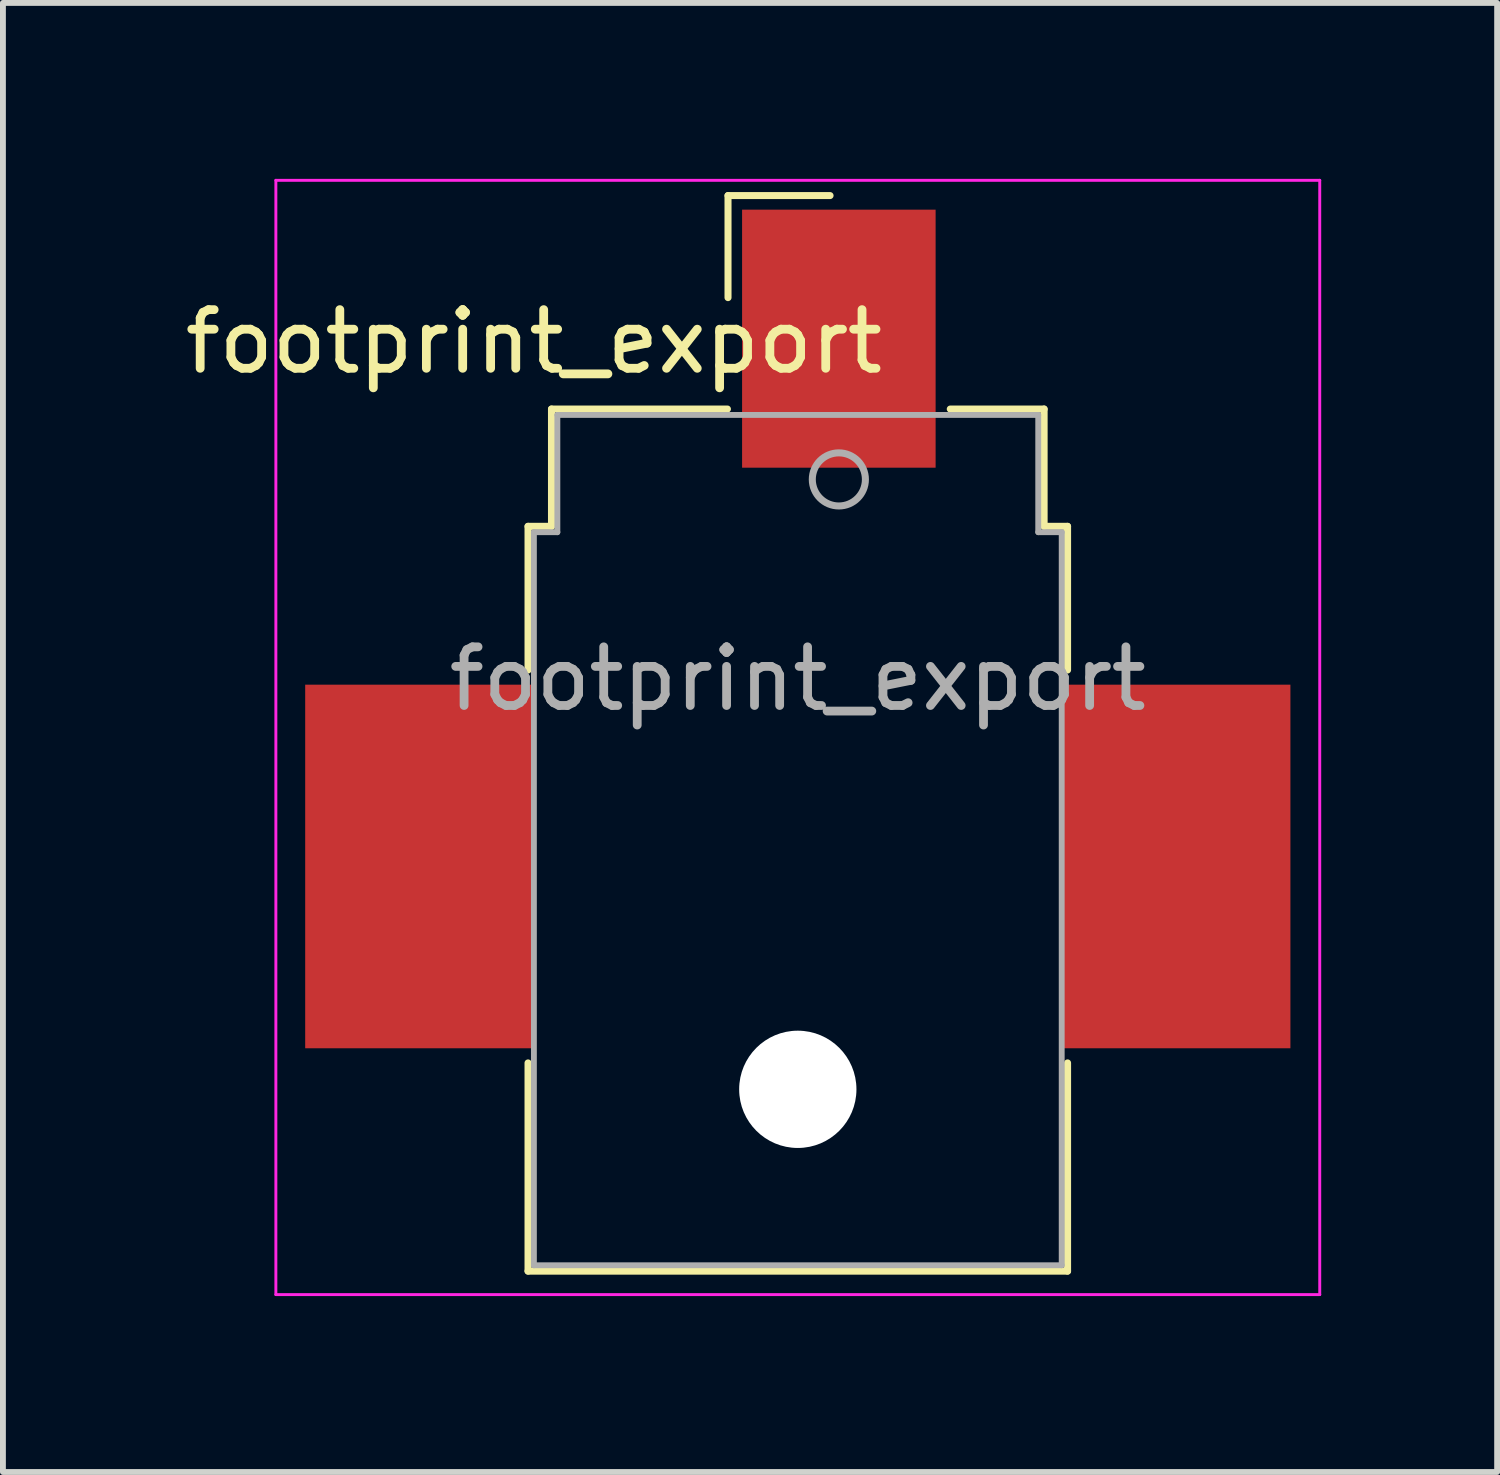
<source format=kicad_pcb>
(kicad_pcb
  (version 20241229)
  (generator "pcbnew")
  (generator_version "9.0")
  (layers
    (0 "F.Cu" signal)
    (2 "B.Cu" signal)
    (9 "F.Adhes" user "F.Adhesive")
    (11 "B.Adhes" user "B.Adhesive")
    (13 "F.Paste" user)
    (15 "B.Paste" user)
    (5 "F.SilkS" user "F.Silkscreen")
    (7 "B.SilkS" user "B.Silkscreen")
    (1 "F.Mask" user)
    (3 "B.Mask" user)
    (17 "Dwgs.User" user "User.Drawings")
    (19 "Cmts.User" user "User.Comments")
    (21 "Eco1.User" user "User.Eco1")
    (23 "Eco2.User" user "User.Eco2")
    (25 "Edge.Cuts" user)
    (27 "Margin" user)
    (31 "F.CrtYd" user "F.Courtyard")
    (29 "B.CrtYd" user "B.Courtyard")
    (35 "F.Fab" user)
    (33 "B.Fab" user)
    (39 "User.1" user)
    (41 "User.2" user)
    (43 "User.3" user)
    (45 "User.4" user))
  (footprint "footprint_export"
    (layer "F.Cu")
    (at 10.554 8.525)
    (property "Reference" "footprint_export" (at -4.5 -5.75 0) (layer "F.SilkS") (effects (font (size 1 1) (thickness 0.15))))
    (attr smd)
    (fp_line (start -4.6 -2.6) (end -4.2 -2.6) (stroke (width 0.12) (type solid)) (layer "F.SilkS"))
    (fp_line (start -4.6 -0.15) (end -4.6 -2.6) (stroke (width 0.12) (type solid)) (layer "F.SilkS"))
    (fp_line (start -4.6 10.1) (end -4.6 6.55) (stroke (width 0.12) (type solid)) (layer "F.SilkS"))
    (fp_line (start -4.2 -4.6) (end -1.2 -4.6) (stroke (width 0.12) (type solid)) (layer "F.SilkS"))
    (fp_line (start -4.2 -2.6) (end -4.2 -4.6) (stroke (width 0.12) (type solid)) (layer "F.SilkS"))
    (fp_line (start -1.19 -8.24) (end 0.55 -8.24) (stroke (width 0.12) (type solid)) (layer "F.SilkS"))
    (fp_line (start -1.19 -6.5) (end -1.19 -8.24) (stroke (width 0.12) (type solid)) (layer "F.SilkS"))
    (fp_line (start 2.6 -4.6) (end 4.2 -4.6) (stroke (width 0.12) (type solid)) (layer "F.SilkS"))
    (fp_line (start 4.2 -4.6) (end 4.2 -2.6) (stroke (width 0.12) (type solid)) (layer "F.SilkS"))
    (fp_line (start 4.2 -2.6) (end 4.6 -2.6) (stroke (width 0.12) (type solid)) (layer "F.SilkS"))
    (fp_line (start 4.6 -2.6) (end 4.6 -0.15) (stroke (width 0.12) (type solid)) (layer "F.SilkS"))
    (fp_line (start 4.6 6.55) (end 4.6 10.1) (stroke (width 0.12) (type solid)) (layer "F.SilkS"))
    (fp_line (start 4.6 10.1) (end -4.6 10.1) (stroke (width 0.12) (type solid)) (layer "F.SilkS"))
    (fp_line (start -8.9 -8.5) (end -8.9 10.5) (stroke (width 0.05) (type solid)) (layer "F.CrtYd"))
    (fp_line (start -8.9 10.5) (end 8.9 10.5) (stroke (width 0.05) (type solid)) (layer "F.CrtYd"))
    (fp_line (start 8.9 -8.5) (end -8.9 -8.5) (stroke (width 0.05) (type solid)) (layer "F.CrtYd"))
    (fp_line (start 8.9 10.5) (end 8.9 -8.5) (stroke (width 0.05) (type solid)) (layer "F.CrtYd"))
    (fp_line (start -4.5 -2.5) (end -4.5 10) (stroke (width 0.1) (type solid)) (layer "F.Fab"))
    (fp_line (start -4.5 10) (end 4.5 10) (stroke (width 0.1) (type solid)) (layer "F.Fab"))
    (fp_line (start -4.1 -4.5) (end -4.1 -2.5) (stroke (width 0.1) (type solid)) (layer "F.Fab"))
    (fp_line (start -4.1 -2.5) (end -4.5 -2.5) (stroke (width 0.1) (type solid)) (layer "F.Fab"))
    (fp_line (start 4.1 -4.5) (end -4.1 -4.5) (stroke (width 0.1) (type solid)) (layer "F.Fab"))
    (fp_line (start 4.1 -2.5) (end 4.1 -4.5) (stroke (width 0.1) (type solid)) (layer "F.Fab"))
    (fp_line (start 4.5 -2.5) (end 4.1 -2.5) (stroke (width 0.1) (type solid)) (layer "F.Fab"))
    (fp_line (start 4.5 10) (end 4.5 -2.5) (stroke (width 0.1) (type solid)) (layer "F.Fab"))
    (fp_circle (center 0.7 -3.4) (end 0.75 -2.95) (stroke (width 0.12) (type solid)) (fill no) (layer "F.Fab"))
    (fp_text user "${REFERENCE}" (at 0 0 0) (layer "F.Fab") (effects (font (size 1 1) (thickness 0.15))))
    (pad "" np_thru_hole circle (at 0 7) (size 2 2) (drill 2) (layers "*.Cu" "*.Mask"))
    (pad "1" smd rect (at 0.7 -5.8) (size 3.3 4.4) (layers "F.Cu" "F.Mask" "F.Paste"))
    (pad "2" smd rect (at -6.45 3.2) (size 3.9 6.2) (layers "F.Cu" "F.Mask" "F.Paste"))
    (pad "3" smd rect (at 6.45 3.2) (size 3.9 6.2) (layers "F.Cu" "F.Mask" "F.Paste")))
  (gr_rect
    (start -3 -3)
    (end 22.479 22.05)
    (stroke (width 0.1) (type default))
    (fill no)
    (layer "Edge.Cuts")))
</source>
